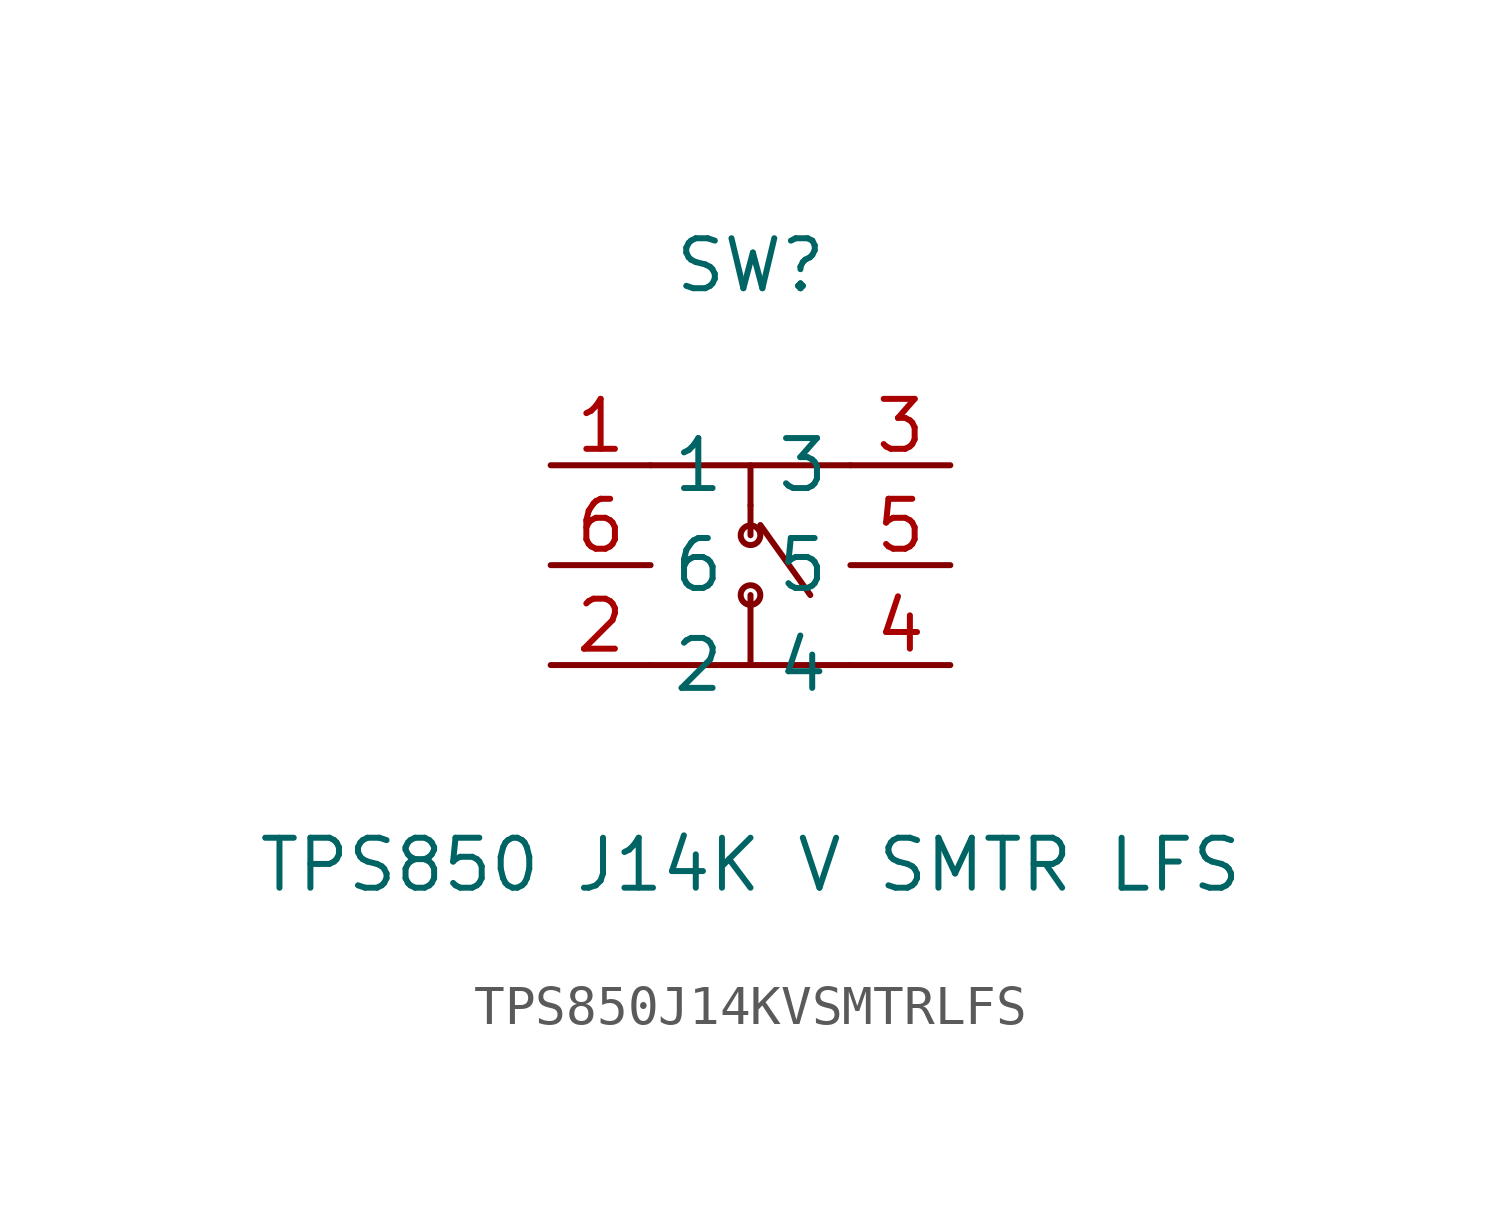
<source format=kicad_sym>
(kicad_symbol_lib
  (version 20211014)
  (generator https://github.com/uPesy/easyeda2kicad.py)
  (symbol "TPS850J14KVSMTRLFS"
    (property "Reference" "SW"
      (at 0 7.62 0)
      (effects (font (size 1.27 1.27))))
    (property "Value" "TPS850 J14K V SMTR LFS"
      (at 0 -7.62 0)
      (effects (font (size 1.27 1.27))))
    (symbol "TPS850J14KVSMTRLFS_0_1"
      (circle (center 0.00 -0.76) (radius 0.25) (stroke (width 0) (type default) (color 0 0 0 0)) (fill (type none)))
      (circle (center 0.00 0.76) (radius 0.25) (stroke (width 0) (type default) (color 0 0 0 0)) (fill (type none)))
      (polyline (pts (xy -2.54 2.54) (xy 2.54 2.54)) (stroke (width 0) (type default) (color 0 0 0 0)) (fill (type none)))
      (polyline (pts (xy 2.54 -2.54) (xy -2.54 -2.54)) (stroke (width 0) (type default) (color 0 0 0 0)) (fill (type none)))
      (polyline (pts (xy 0.00 2.54) (xy 0.00 1.52)) (stroke (width 0) (type default) (color 0 0 0 0)) (fill (type none)))
      (polyline (pts (xy 0.00 -2.54) (xy 0.00 -0.76)) (stroke (width 0) (type default) (color 0 0 0 0)) (fill (type none)))
      (polyline (pts (xy 0.00 1.52) (xy 0.00 0.76)) (stroke (width 0) (type default) (color 0 0 0 0)) (fill (type none)))
      (polyline (pts (xy 1.52 -0.76) (xy 0.25 1.02)) (stroke (width 0) (type default) (color 0 0 0 0)) (fill (type none)))
      (pin unspecified line (at -5.08 -0.00 0) (length 2.54) (name "6" (effects (font (size 1.27 1.27)))) (number "6" (effects (font (size 1.27 1.27)))))
      (pin unspecified line (at 5.08 -0.00 180) (length 2.54) (name "5" (effects (font (size 1.27 1.27)))) (number "5" (effects (font (size 1.27 1.27)))))
      (pin unspecified line (at -5.08 2.54 0) (length 2.54) (name "1" (effects (font (size 1.27 1.27)))) (number "1" (effects (font (size 1.27 1.27)))))
      (pin unspecified line (at -5.08 -2.54 0) (length 2.54) (name "2" (effects (font (size 1.27 1.27)))) (number "2" (effects (font (size 1.27 1.27)))))
      (pin unspecified line (at 5.08 2.54 180) (length 2.54) (name "3" (effects (font (size 1.27 1.27)))) (number "3" (effects (font (size 1.27 1.27)))))
      (pin unspecified line (at 5.08 -2.54 180) (length 2.54) (name "4" (effects (font (size 1.27 1.27)))) (number "4" (effects (font (size 1.27 1.27))))))))
</source>
